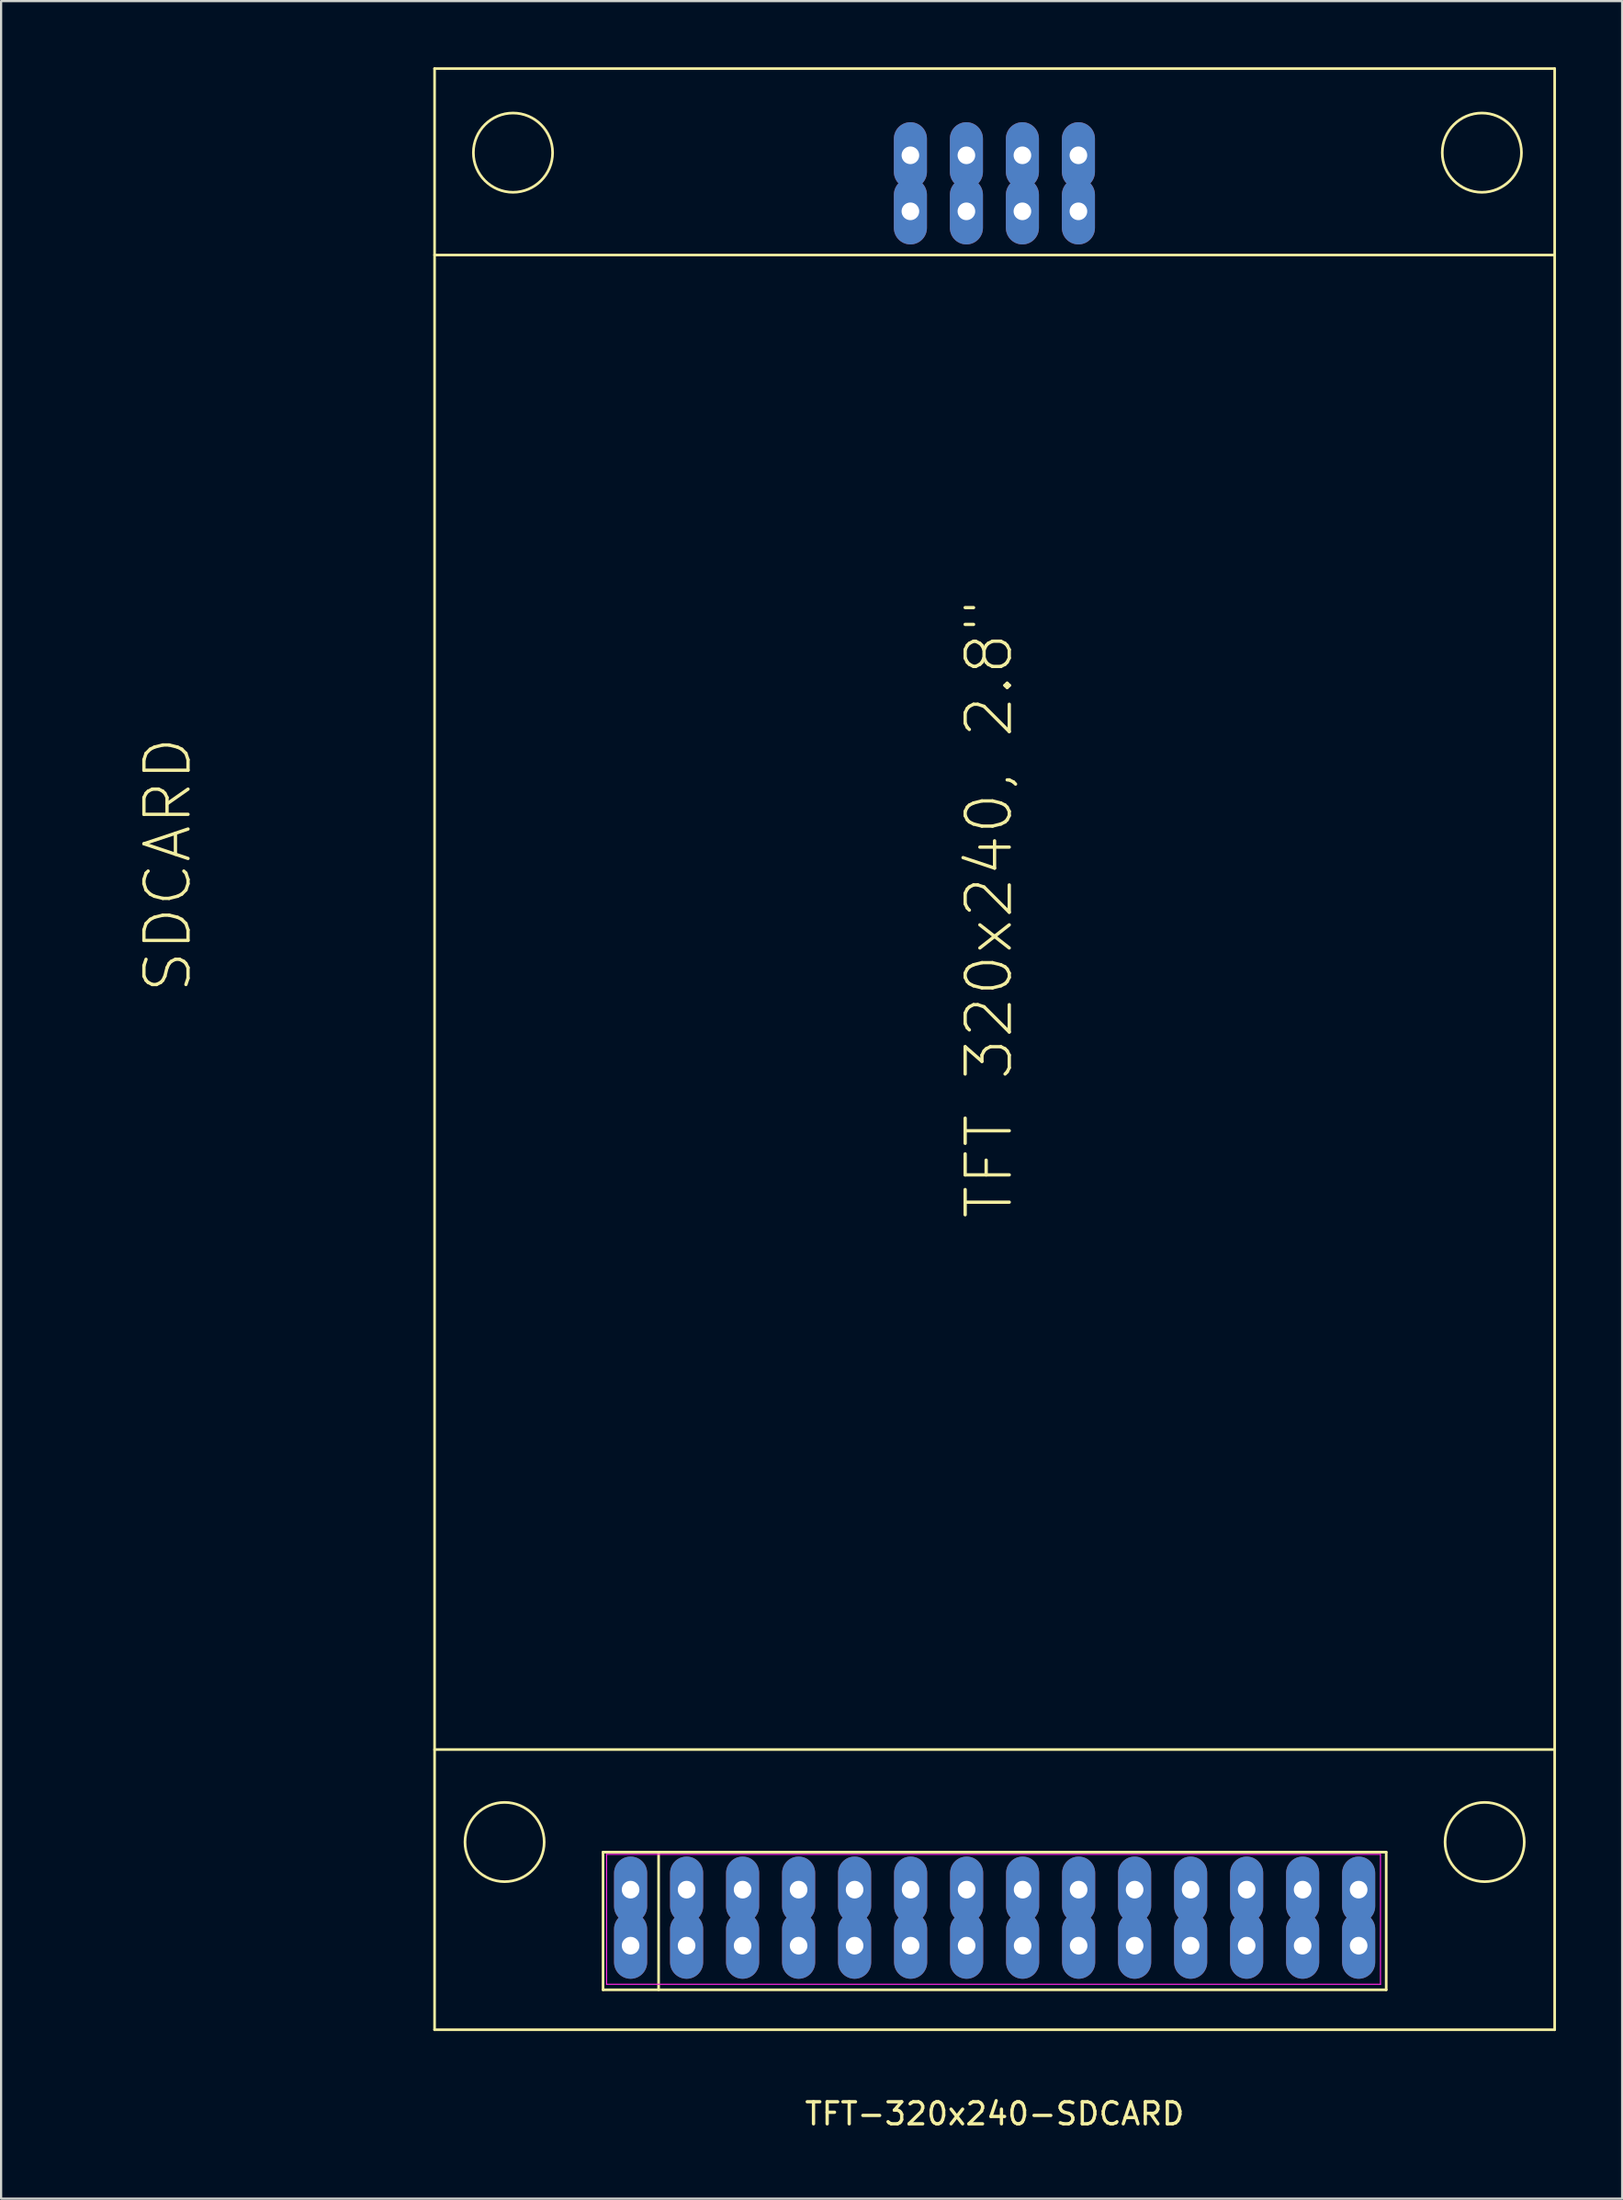
<source format=kicad_pcb>
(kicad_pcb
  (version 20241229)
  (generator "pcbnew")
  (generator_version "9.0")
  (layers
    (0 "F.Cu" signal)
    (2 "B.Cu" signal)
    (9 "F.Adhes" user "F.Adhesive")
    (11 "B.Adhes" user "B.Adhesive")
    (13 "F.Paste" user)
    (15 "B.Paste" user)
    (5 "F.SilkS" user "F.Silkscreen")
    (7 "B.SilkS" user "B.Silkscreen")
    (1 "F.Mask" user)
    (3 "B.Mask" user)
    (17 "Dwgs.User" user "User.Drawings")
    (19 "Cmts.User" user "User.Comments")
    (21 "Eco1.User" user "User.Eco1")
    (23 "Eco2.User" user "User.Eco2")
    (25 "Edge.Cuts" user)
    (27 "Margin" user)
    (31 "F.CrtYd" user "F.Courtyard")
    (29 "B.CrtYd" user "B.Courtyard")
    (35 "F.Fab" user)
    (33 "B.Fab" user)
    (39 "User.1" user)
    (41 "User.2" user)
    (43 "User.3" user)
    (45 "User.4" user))
  (footprint "TFT-320x240-SDCARD"
    (layer "F.Cu")
    (at 42.06 44.51)
    (property "Reference" "TFT-320x240-SDCARD" (at 0 48.26 0) (layer "F.SilkS") (effects (font (size 1 1) (thickness 0.15))))
    (attr through_hole)
    (fp_line (start -25.4 -44.45) (end -25.4 44.45) (stroke (width 0.12) (type solid)) (layer "F.SilkS"))
    (fp_line (start -25.4 -36) (end 25.4 -36) (stroke (width 0.12) (type solid)) (layer "F.SilkS"))
    (fp_line (start -25.4 31.75) (end 25.4 31.75) (stroke (width 0.12) (type solid)) (layer "F.SilkS"))
    (fp_line (start -25.4 44.45) (end 25.4 44.45) (stroke (width 0.12) (type solid)) (layer "F.SilkS"))
    (fp_line (start -17.76 36.4) (end 17.76 36.4) (stroke (width 0.12) (type solid)) (layer "F.SilkS"))
    (fp_line (start -17.76 42.64) (end -17.76 36.4) (stroke (width 0.12) (type solid)) (layer "F.SilkS"))
    (fp_line (start -15.24 36.4) (end -15.24 42.64) (stroke (width 0.12) (type solid)) (layer "F.SilkS"))
    (fp_line (start 17.76 36.4) (end 17.76 42.64) (stroke (width 0.12) (type solid)) (layer "F.SilkS"))
    (fp_line (start 17.76 42.64) (end -17.76 42.64) (stroke (width 0.12) (type solid)) (layer "F.SilkS"))
    (fp_line (start 25.4 -44.45) (end -25.4 -44.45) (stroke (width 0.12) (type solid)) (layer "F.SilkS"))
    (fp_line (start 25.4 44.45) (end 25.4 -44.45) (stroke (width 0.12) (type solid)) (layer "F.SilkS"))
    (fp_circle (center -22.225 35.941) (end -23.495 37.211) (stroke (width 0.12) (type solid)) (fill no) (layer "F.SilkS"))
    (fp_circle (center -21.844 -40.64) (end -23.114 -41.91) (stroke (width 0.12) (type solid)) (fill no) (layer "F.SilkS"))
    (fp_circle (center 22.098 -40.64) (end 20.828 -39.37) (stroke (width 0.12) (type solid)) (fill no) (layer "F.SilkS"))
    (fp_circle (center 22.225 35.941) (end 20.955 37.211) (stroke (width 0.12) (type solid)) (fill no) (layer "F.SilkS"))
    (fp_line (start -17.6 36.5) (end 17.5 36.5) (stroke (width 0.05) (type solid)) (layer "F.CrtYd"))
    (fp_line (start -17.6 42.39) (end -17.6 36.5) (stroke (width 0.05) (type solid)) (layer "F.CrtYd"))
    (fp_line (start 17.5 36.5) (end 17.5 42.39) (stroke (width 0.05) (type solid)) (layer "F.CrtYd"))
    (fp_line (start 17.5 42.39) (end -17.6 42.39) (stroke (width 0.05) (type solid)) (layer "F.CrtYd"))
    (fp_line (start -42 -18.36) (end -23 -18.36) (stroke (width 0.12) (type default)) (layer "User.4"))
    (fp_line (start -42 3.64) (end -42 -18.36) (stroke (width 0.12) (type default)) (layer "User.4"))
    (fp_line (start -23 -18.36) (end -23 3.64) (stroke (width 0.12) (type default)) (layer "User.4"))
    (fp_line (start -23 3.64) (end -42 3.64) (stroke (width 0.12) (type default)) (layer "User.4"))
    (fp_text user "TFT 320x240, 2.8\"" (at -0.254 -6.35 90) (layer "F.SilkS") (effects (font (size 2 2) (thickness 0.15))))
    (fp_text user "SDCARD" (at -37.5 -8.36 90) (layer "F.SilkS") (effects (font (size 2 2) (thickness 0.15))))
    (pad "1" thru_hole oval (at -16.51 38.1) (size 1.5 3) (drill 0.8) (layers "*.Cu" "*.Mask"))
    (pad "1" thru_hole oval (at -16.51 40.64) (size 1.5 3) (drill 0.8) (layers "*.Cu" "*.Mask"))
    (pad "2" thru_hole oval (at -13.97 38.1) (size 1.5 3) (drill 0.8) (layers "*.Cu" "*.Mask"))
    (pad "2" thru_hole oval (at -13.97 40.64) (size 1.5 3) (drill 0.8) (layers "*.Cu" "*.Mask"))
    (pad "3" thru_hole oval (at -11.43 38.1) (size 1.5 3) (drill 0.8) (layers "*.Cu" "*.Mask"))
    (pad "3" thru_hole oval (at -11.43 40.64) (size 1.5 3) (drill 0.8) (layers "*.Cu" "*.Mask"))
    (pad "4" thru_hole oval (at -8.89 38.1) (size 1.5 3) (drill 0.8) (layers "*.Cu" "*.Mask"))
    (pad "4" thru_hole oval (at -8.89 40.64) (size 1.5 3) (drill 0.8) (layers "*.Cu" "*.Mask"))
    (pad "5" thru_hole oval (at -6.35 38.1) (size 1.5 3) (drill 0.8) (layers "*.Cu" "*.Mask"))
    (pad "5" thru_hole oval (at -6.35 40.64) (size 1.5 3) (drill 0.8) (layers "*.Cu" "*.Mask"))
    (pad "6" thru_hole oval (at -3.81 38.1) (size 1.5 3) (drill 0.8) (layers "*.Cu" "*.Mask"))
    (pad "6" thru_hole oval (at -3.81 40.64) (size 1.5 3) (drill 0.8) (layers "*.Cu" "*.Mask"))
    (pad "7" thru_hole oval (at -1.27 38.1) (size 1.5 3) (drill 0.8) (layers "*.Cu" "*.Mask"))
    (pad "7" thru_hole oval (at -1.27 40.64) (size 1.5 3) (drill 0.8) (layers "*.Cu" "*.Mask"))
    (pad "8" thru_hole oval (at 1.27 38.1) (size 1.5 3) (drill 0.8) (layers "*.Cu" "*.Mask"))
    (pad "8" thru_hole oval (at 1.27 40.64) (size 1.5 3) (drill 0.8) (layers "*.Cu" "*.Mask"))
    (pad "9" thru_hole oval (at 3.81 38.1) (size 1.5 3) (drill 0.8) (layers "*.Cu" "*.Mask"))
    (pad "9" thru_hole oval (at 3.81 40.64) (size 1.5 3) (drill 0.8) (layers "*.Cu" "*.Mask"))
    (pad "10" thru_hole oval (at 6.35 38.1) (size 1.5 3) (drill 0.8) (layers "*.Cu" "*.Mask"))
    (pad "10" thru_hole oval (at 6.35 40.64) (size 1.5 3) (drill 0.8) (layers "*.Cu" "*.Mask"))
    (pad "11" thru_hole oval (at 8.89 38.1) (size 1.5 3) (drill 0.8) (layers "*.Cu" "*.Mask"))
    (pad "11" thru_hole oval (at 8.89 40.64) (size 1.5 3) (drill 0.8) (layers "*.Cu" "*.Mask"))
    (pad "12" thru_hole oval (at 11.43 38.1) (size 1.5 3) (drill 0.8) (layers "*.Cu" "*.Mask"))
    (pad "12" thru_hole oval (at 11.43 40.64) (size 1.5 3) (drill 0.8) (layers "*.Cu" "*.Mask"))
    (pad "13" thru_hole oval (at 13.97 38.1) (size 1.5 3) (drill 0.8) (layers "*.Cu" "*.Mask"))
    (pad "13" thru_hole oval (at 13.97 40.64) (size 1.5 3) (drill 0.8) (layers "*.Cu" "*.Mask"))
    (pad "14" thru_hole oval (at 16.51 38.1) (size 1.5 3) (drill 0.8) (layers "*.Cu" "*.Mask"))
    (pad "14" thru_hole oval (at 16.51 40.64) (size 1.5 3) (drill 0.8) (layers "*.Cu" "*.Mask"))
    (pad "15" thru_hole oval (at -3.82 -40.52) (size 1.5 3) (drill 0.8) (layers "*.Cu" "*.Mask"))
    (pad "15" thru_hole oval (at -3.82 -37.98) (size 1.5 3) (drill 0.8) (layers "*.Cu" "*.Mask"))
    (pad "16" thru_hole oval (at -1.28 -40.52) (size 1.5 3) (drill 0.8) (layers "*.Cu" "*.Mask"))
    (pad "16" thru_hole oval (at -1.28 -37.98) (size 1.5 3) (drill 0.8) (layers "*.Cu" "*.Mask"))
    (pad "17" thru_hole oval (at 1.26 -40.52) (size 1.5 3) (drill 0.8) (layers "*.Cu" "*.Mask"))
    (pad "17" thru_hole oval (at 1.26 -37.98) (size 1.5 3) (drill 0.8) (layers "*.Cu" "*.Mask"))
    (pad "18" thru_hole oval (at 3.8 -40.52) (size 1.5 3) (drill 0.8) (layers "*.Cu" "*.Mask"))
    (pad "18" thru_hole oval (at 3.8 -37.98) (size 1.5 3) (drill 0.8) (layers "*.Cu" "*.Mask")))
  (gr_rect
    (start -3 -3)
    (end 70.52 96.618)
    (stroke (width 0.1) (type default))
    (fill no)
    (layer "Edge.Cuts")))
</source>
